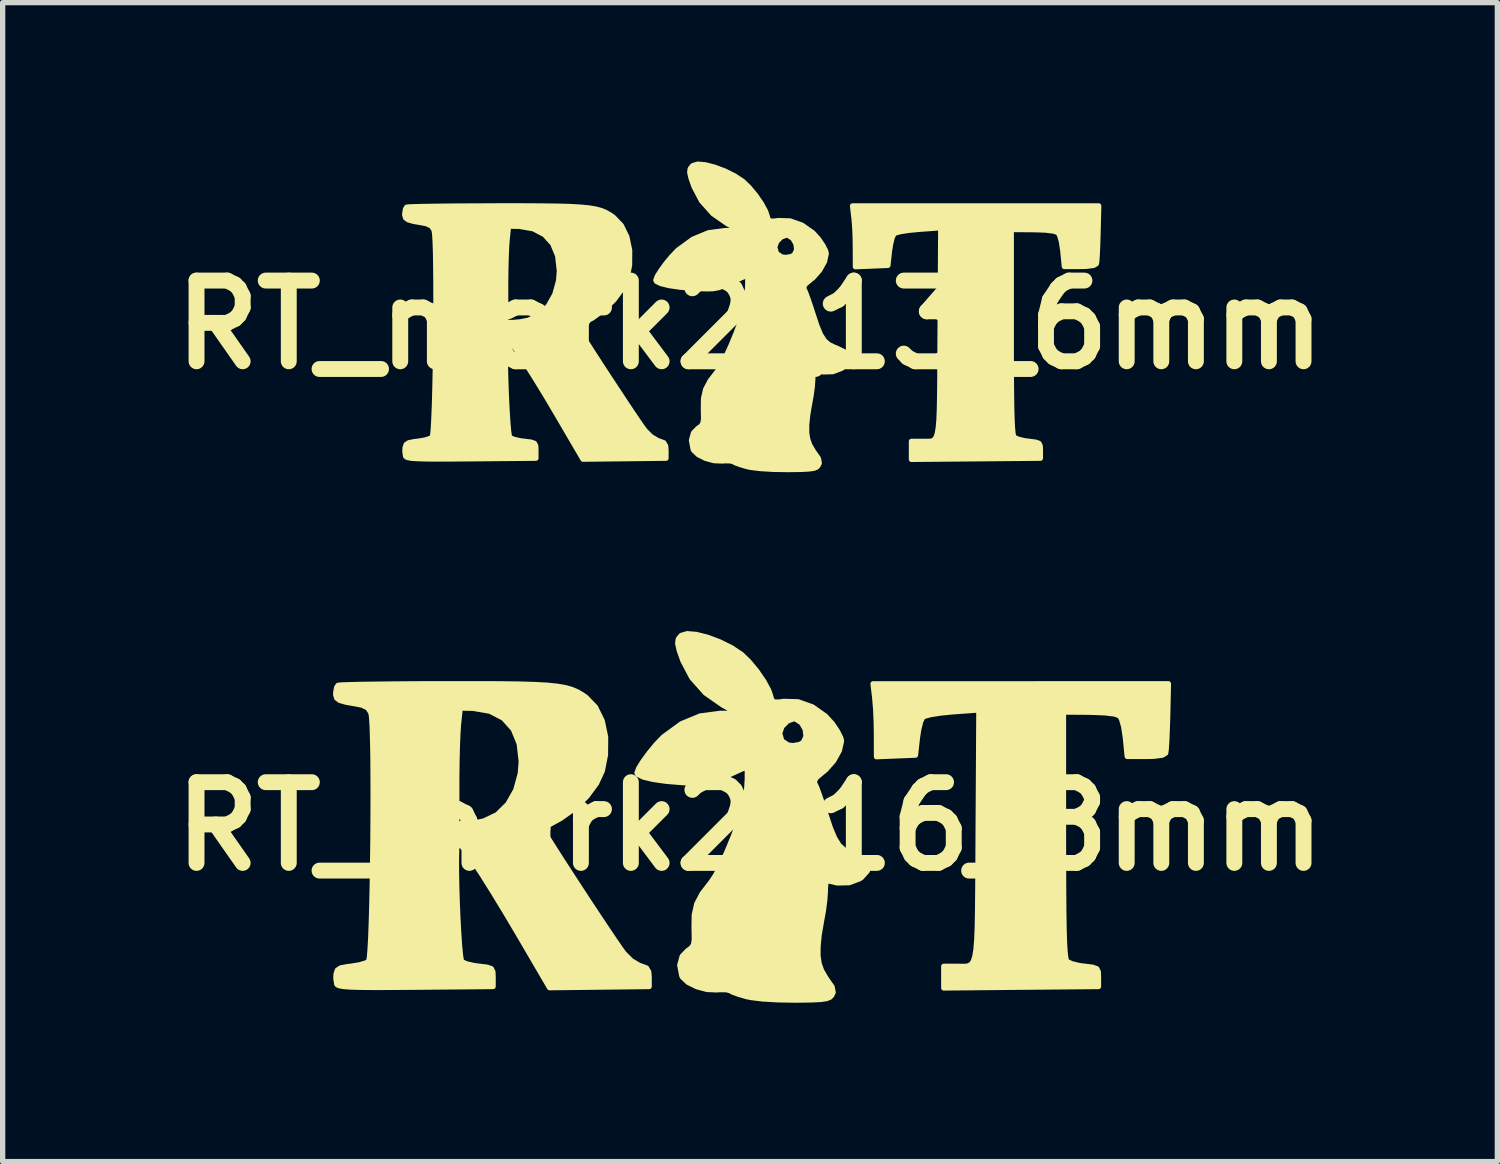
<source format=kicad_pcb>
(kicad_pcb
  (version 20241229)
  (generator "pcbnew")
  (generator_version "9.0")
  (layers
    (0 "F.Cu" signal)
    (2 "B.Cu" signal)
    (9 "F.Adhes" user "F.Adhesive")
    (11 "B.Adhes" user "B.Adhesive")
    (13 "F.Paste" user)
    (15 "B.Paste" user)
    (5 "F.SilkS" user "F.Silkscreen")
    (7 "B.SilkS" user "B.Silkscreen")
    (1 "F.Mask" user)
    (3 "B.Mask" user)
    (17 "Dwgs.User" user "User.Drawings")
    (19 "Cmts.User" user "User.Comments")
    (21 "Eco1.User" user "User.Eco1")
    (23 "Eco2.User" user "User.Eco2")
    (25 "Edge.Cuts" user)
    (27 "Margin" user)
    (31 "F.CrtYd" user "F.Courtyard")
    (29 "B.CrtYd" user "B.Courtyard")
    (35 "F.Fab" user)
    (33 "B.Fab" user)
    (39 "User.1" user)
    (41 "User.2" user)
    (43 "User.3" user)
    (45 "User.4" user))
  (footprint "RT_mark2_16_8mm"
    (layer "F.Cu")
    (at 11.111 12.553)
    (property "Reference" "RT_mark2_16_8mm" (at 0 0 0) (layer "F.SilkS") (effects (font (size 1.524 1.524) (thickness 0.3))))
    (attr through_hole)
    (fp_poly (pts (xy 7.899 -2.693) (xy 7.885 -2.07) (xy 7.877 -1.825) (xy 7.868 -1.614) (xy 7.858 -1.46) (xy 7.848 -1.385) (xy 7.848 -1.384) (xy 7.783 -1.345) (xy 7.621 -1.324) (xy 7.474 -1.321) (xy 7.122 -1.321) (xy 7.087 -1.674) (xy 7.056 -1.883) (xy 7.013 -2.032) (xy 6.976 -2.09) (xy 6.882 -2.123) (xy 6.699 -2.145) (xy 6.441 -2.155) (xy 6.41 -2.156) (xy 5.918 -2.159) (xy 5.918 0.163) (xy 5.919 0.736) (xy 5.921 1.215) (xy 5.924 1.608) (xy 5.929 1.921) (xy 5.936 2.162) (xy 5.945 2.338) (xy 5.957 2.457) (xy 5.971 2.526) (xy 5.983 2.549) (xy 6.068 2.591) (xy 6.215 2.627) (xy 6.313 2.64) (xy 6.467 2.659) (xy 6.546 2.687) (xy 6.575 2.745) (xy 6.579 2.845) (xy 6.579 3.023) (xy 5.118 3.036) (xy 3.658 3.05) (xy 3.658 2.846) (xy 3.658 2.642) (xy 3.899 2.641) (xy 3.989 2.643) (xy 4.064 2.643) (xy 4.126 2.633) (xy 4.176 2.605) (xy 4.215 2.551) (xy 4.244 2.462) (xy 4.266 2.329) (xy 4.281 2.145) (xy 4.291 1.901) (xy 4.297 1.588) (xy 4.301 1.199) (xy 4.304 0.725) (xy 4.307 0.173) (xy 4.321 -2.199) (xy 3.824 -2.163) (xy 3.592 -2.14) (xy 3.405 -2.11) (xy 3.287 -2.078) (xy 3.262 -2.063) (xy 3.222 -1.981) (xy 3.185 -1.832) (xy 3.16 -1.672) (xy 3.124 -1.346) (xy 2.756 -1.331) (xy 2.388 -1.316) (xy 2.387 -1.738) (xy 2.383 -1.978) (xy 2.372 -2.218) (xy 2.356 -2.411) (xy 2.355 -2.426) (xy 2.323 -2.692) (xy 5.111 -2.692) (xy 7.899 -2.693)) (stroke (width 0.1) (type solid)) (fill yes) (layer "F.SilkS"))
    (fp_poly (pts (xy -1.905 3.023) (xy -2.845 3.034) (xy -3.785 3.045) (xy -4.293 2.176) (xy -4.319 2.131) (xy -4.319 -1.221) (xy -4.357 -1.562) (xy -4.47 -1.837) (xy -4.655 -2.043) (xy -4.909 -2.175) (xy -5.226 -2.23) (xy -5.263 -2.231) (xy -5.472 -2.235) (xy -5.505 -1.923) (xy -5.516 -1.758) (xy -5.526 -1.52) (xy -5.533 -1.236) (xy -5.537 -0.934) (xy -5.537 -0.831) (xy -5.537 -0.051) (xy -5.372 -0.051) (xy -5.206 -0.066) (xy -5.029 -0.101) (xy -5.019 -0.104) (xy -4.774 -0.222) (xy -4.572 -0.421) (xy -4.423 -0.684) (xy -4.337 -0.996) (xy -4.319 -1.221) (xy -4.319 2.131) (xy -4.589 1.675) (xy -4.848 1.248) (xy -5.068 0.898) (xy -5.247 0.628) (xy -5.384 0.44) (xy -5.476 0.337) (xy -5.523 0.32) (xy -5.528 0.33) (xy -5.539 0.437) (xy -5.543 0.619) (xy -5.543 0.856) (xy -5.538 1.131) (xy -5.529 1.424) (xy -5.517 1.718) (xy -5.502 1.994) (xy -5.486 2.234) (xy -5.469 2.419) (xy -5.452 2.53) (xy -5.443 2.553) (xy -5.36 2.593) (xy -5.215 2.627) (xy -5.117 2.64) (xy -4.963 2.659) (xy -4.884 2.687) (xy -4.855 2.745) (xy -4.851 2.845) (xy -4.851 3.023) (xy -6.313 3.036) (xy -6.745 3.039) (xy -7.086 3.04) (xy -7.347 3.038) (xy -7.537 3.033) (xy -7.667 3.023) (xy -7.748 3.01) (xy -7.791 2.992) (xy -7.803 2.976) (xy -7.819 2.869) (xy -7.815 2.785) (xy -7.791 2.714) (xy -7.728 2.672) (xy -7.6 2.648) (xy -7.532 2.64) (xy -7.368 2.613) (xy -7.242 2.574) (xy -7.202 2.549) (xy -7.187 2.485) (xy -7.174 2.332) (xy -7.161 2.102) (xy -7.15 1.809) (xy -7.14 1.464) (xy -7.132 1.08) (xy -7.125 0.669) (xy -7.12 0.245) (xy -7.117 -0.181) (xy -7.116 -0.595) (xy -7.117 -0.986) (xy -7.12 -1.341) (xy -7.126 -1.647) (xy -7.134 -1.892) (xy -7.145 -2.063) (xy -7.158 -2.147) (xy -7.217 -2.238) (xy -7.324 -2.29) (xy -7.426 -2.31) (xy -7.626 -2.345) (xy -7.745 -2.379) (xy -7.804 -2.423) (xy -7.822 -2.487) (xy -7.823 -2.515) (xy -7.806 -2.62) (xy -7.778 -2.663) (xy -7.719 -2.67) (xy -7.569 -2.675) (xy -7.341 -2.681) (xy -7.044 -2.685) (xy -6.69 -2.689) (xy -6.29 -2.692) (xy -5.856 -2.693) (xy -5.733 -2.693) (xy -5.189 -2.693) (xy -4.737 -2.692) (xy -4.365 -2.687) (xy -4.064 -2.678) (xy -3.824 -2.665) (xy -3.634 -2.645) (xy -3.485 -2.619) (xy -3.365 -2.585) (xy -3.264 -2.542) (xy -3.173 -2.489) (xy -3.101 -2.44) (xy -2.917 -2.25) (xy -2.791 -1.992) (xy -2.727 -1.686) (xy -2.73 -1.351) (xy -2.789 -1.05) (xy -2.899 -0.812) (xy -3.081 -0.566) (xy -3.313 -0.338) (xy -3.572 -0.154) (xy -3.631 -0.121) (xy -3.777 -0.041) (xy -3.879 0.023) (xy -3.911 0.054) (xy -3.885 0.105) (xy -3.81 0.227) (xy -3.697 0.406) (xy -3.554 0.63) (xy -3.389 0.885) (xy -3.212 1.157) (xy -3.032 1.432) (xy -2.856 1.698) (xy -2.694 1.941) (xy -2.555 2.147) (xy -2.447 2.304) (xy -2.38 2.397) (xy -2.378 2.4) (xy -2.241 2.536) (xy -2.095 2.623) (xy -2.066 2.632) (xy -1.955 2.674) (xy -1.912 2.748) (xy -1.905 2.848) (xy -1.905 3.023)) (stroke (width 0.1) (type solid)) (fill yes) (layer "F.SilkS"))
    (fp_poly (pts (xy 2.224 0.722) (xy 2.215 0.84) (xy 2.106 0.962) (xy 2.067 0.989) (xy 1.873 1.062) (xy 1.648 1.067) (xy 1.537 1.041) (xy 1.466 1.027) (xy 1.433 1.059) (xy 1.423 1.161) (xy 1.422 1.226) (xy 1.411 1.389) (xy 1.383 1.605) (xy 1.342 1.826) (xy 1.342 1.829) (xy 1.304 2.053) (xy 1.283 2.276) (xy 1.283 2.448) (xy 1.283 2.448) (xy 1.305 2.594) (xy 1.351 2.723) (xy 1.436 2.869) (xy 1.549 3.03) (xy 1.569 3.133) (xy 1.544 3.188) (xy 1.508 3.225) (xy 1.444 3.251) (xy 1.334 3.267) (xy 1.162 3.275) (xy 1.058 3.277) (xy 1.058 -1.699) (xy 1.042 -1.835) (xy 0.972 -1.956) (xy 0.865 -2.026) (xy 0.822 -2.032) (xy 0.704 -1.989) (xy 0.603 -1.885) (xy 0.559 -1.761) (xy 0.559 -1.755) (xy 0.6 -1.614) (xy 0.717 -1.536) (xy 0.813 -1.524) (xy 0.937 -1.546) (xy 1.006 -1.585) (xy 1.058 -1.699) (xy 1.058 3.277) (xy 0.909 3.279) (xy 0.846 3.279) (xy 0.53 3.274) (xy 0.247 3.258) (xy 0.023 3.231) (xy -0.062 3.214) (xy -0.219 3.168) (xy -0.335 3.125) (xy -0.371 3.103) (xy -0.444 3.083) (xy -0.576 3.081) (xy -0.63 3.086) (xy -0.813 3.078) (xy -1.004 3.026) (xy -1.17 2.944) (xy -1.276 2.844) (xy -1.289 2.817) (xy -1.326 2.619) (xy -1.28 2.451) (xy -1.181 2.349) (xy -1.107 2.295) (xy -1.066 2.233) (xy -1.052 2.135) (xy -1.054 1.97) (xy -1.056 1.92) (xy -1.052 1.669) (xy -1.006 1.465) (xy -0.904 1.27) (xy -0.736 1.052) (xy -0.65 0.922) (xy -0.544 0.719) (xy -0.429 0.466) (xy -0.314 0.186) (xy -0.209 -0.096) (xy -0.126 -0.357) (xy -0.105 -0.432) (xy -0.08 -0.565) (xy -0.061 -0.729) (xy -0.051 -0.894) (xy -0.051 -1.031) (xy -0.062 -1.109) (xy -0.07 -1.118) (xy -0.123 -1.098) (xy -0.242 -1.045) (xy -0.405 -0.97) (xy -0.432 -0.958) (xy -0.591 -0.886) (xy -0.717 -0.841) (xy -0.84 -0.818) (xy -0.992 -0.814) (xy -1.204 -0.823) (xy -1.288 -0.828) (xy -1.588 -0.853) (xy -1.836 -0.889) (xy -2.016 -0.933) (xy -2.117 -0.982) (xy -2.134 -1.011) (xy -2.102 -1.096) (xy -2.019 -1.23) (xy -1.903 -1.388) (xy -1.773 -1.546) (xy -1.646 -1.678) (xy -1.629 -1.694) (xy -1.294 -1.938) (xy -0.941 -2.084) (xy -0.563 -2.134) (xy -0.559 -2.134) (xy -0.229 -2.135) (xy -0.508 -2.287) (xy -0.84 -2.518) (xy -1.099 -2.809) (xy -1.268 -3.13) (xy -1.337 -3.326) (xy -1.365 -3.453) (xy -1.355 -3.536) (xy -1.307 -3.597) (xy -1.296 -3.606) (xy -1.187 -3.638) (xy -1.016 -3.624) (xy -0.804 -3.571) (xy -0.576 -3.485) (xy -0.355 -3.376) (xy -0.164 -3.25) (xy -0.023 -3.114) (xy 0.126 -2.935) (xy 0.258 -2.743) (xy 0.352 -2.57) (xy 0.382 -2.485) (xy 0.409 -2.388) (xy 0.456 -2.347) (xy 0.553 -2.348) (xy 0.637 -2.36) (xy 0.908 -2.352) (xy 1.178 -2.256) (xy 1.422 -2.084) (xy 1.553 -1.941) (xy 1.65 -1.797) (xy 1.713 -1.671) (xy 1.727 -1.613) (xy 1.687 -1.434) (xy 1.58 -1.24) (xy 1.429 -1.069) (xy 1.367 -1.019) (xy 1.249 -0.919) (xy 1.212 -0.847) (xy 1.224 -0.809) (xy 1.259 -0.732) (xy 1.314 -0.582) (xy 1.381 -0.384) (xy 1.427 -0.243) (xy 1.518 0.033) (xy 1.6 0.227) (xy 1.683 0.359) (xy 1.781 0.446) (xy 1.907 0.508) (xy 1.953 0.524) (xy 2.136 0.614) (xy 2.224 0.722)) (stroke (width 0.1) (type solid)) (fill yes) (layer "F.SilkS")))
  (footprint "RT_mark2_13_6mm"
    (layer "F.Cu")
    (at 11.111 3.082)
    (property "Reference" "RT_mark2_13_6mm" (at 0 0 0) (layer "F.SilkS") (effects (font (size 1.524 1.524) (thickness 0.3))))
    (attr through_hole)
    (fp_poly (pts (xy 6.583 -2.244) (xy 6.57 -1.725) (xy 6.564 -1.521) (xy 6.556 -1.345) (xy 6.548 -1.217) (xy 6.54 -1.154) (xy 6.54 -1.154) (xy 6.486 -1.121) (xy 6.351 -1.104) (xy 6.229 -1.101) (xy 5.935 -1.101) (xy 5.906 -1.395) (xy 5.88 -1.57) (xy 5.844 -1.694) (xy 5.813 -1.742) (xy 5.735 -1.769) (xy 5.583 -1.788) (xy 5.367 -1.796) (xy 5.341 -1.796) (xy 4.932 -1.799) (xy 4.932 0.135) (xy 4.932 0.613) (xy 4.934 1.013) (xy 4.937 1.34) (xy 4.941 1.601) (xy 4.947 1.801) (xy 4.955 1.948) (xy 4.964 2.047) (xy 4.976 2.105) (xy 4.986 2.124) (xy 5.057 2.159) (xy 5.179 2.189) (xy 5.261 2.2) (xy 5.39 2.216) (xy 5.455 2.239) (xy 5.479 2.287) (xy 5.482 2.371) (xy 5.482 2.519) (xy 4.265 2.53) (xy 3.048 2.541) (xy 3.048 2.371) (xy 3.048 2.201) (xy 3.249 2.201) (xy 3.324 2.202) (xy 3.387 2.202) (xy 3.438 2.194) (xy 3.48 2.171) (xy 3.512 2.126) (xy 3.537 2.051) (xy 3.555 1.941) (xy 3.568 1.788) (xy 3.576 1.584) (xy 3.581 1.324) (xy 3.584 0.999) (xy 3.586 0.604) (xy 3.589 0.144) (xy 3.601 -1.832) (xy 3.187 -1.802) (xy 2.993 -1.783) (xy 2.838 -1.759) (xy 2.739 -1.731) (xy 2.718 -1.719) (xy 2.685 -1.651) (xy 2.654 -1.527) (xy 2.633 -1.394) (xy 2.603 -1.122) (xy 2.297 -1.109) (xy 1.99 -1.097) (xy 1.989 -1.448) (xy 1.986 -1.648) (xy 1.977 -1.849) (xy 1.964 -2.009) (xy 1.962 -2.021) (xy 1.936 -2.244) (xy 4.259 -2.244) (xy 6.583 -2.244)) (stroke (width 0.1) (type solid)) (fill yes) (layer "F.SilkS"))
    (fp_poly (pts (xy -1.587 2.519) (xy -2.371 2.528) (xy -3.154 2.537) (xy -3.577 1.814) (xy -3.599 1.776) (xy -3.599 -1.018) (xy -3.631 -1.302) (xy -3.725 -1.531) (xy -3.879 -1.702) (xy -4.09 -1.813) (xy -4.355 -1.859) (xy -4.386 -1.859) (xy -4.56 -1.863) (xy -4.587 -1.602) (xy -4.597 -1.465) (xy -4.605 -1.267) (xy -4.611 -1.03) (xy -4.614 -0.778) (xy -4.614 -0.692) (xy -4.614 -0.042) (xy -4.477 -0.043) (xy -4.339 -0.055) (xy -4.19 -0.084) (xy -4.182 -0.086) (xy -3.978 -0.185) (xy -3.81 -0.351) (xy -3.686 -0.57) (xy -3.614 -0.83) (xy -3.599 -1.018) (xy -3.599 1.776) (xy -3.824 1.395) (xy -4.04 1.04) (xy -4.224 0.748) (xy -4.373 0.523) (xy -4.486 0.367) (xy -4.564 0.281) (xy -4.603 0.267) (xy -4.607 0.275) (xy -4.615 0.365) (xy -4.619 0.516) (xy -4.619 0.714) (xy -4.615 0.942) (xy -4.607 1.187) (xy -4.597 1.432) (xy -4.585 1.662) (xy -4.572 1.862) (xy -4.558 2.016) (xy -4.543 2.109) (xy -4.535 2.128) (xy -4.467 2.161) (xy -4.346 2.189) (xy -4.264 2.2) (xy -4.135 2.216) (xy -4.07 2.239) (xy -4.046 2.287) (xy -4.043 2.371) (xy -4.043 2.519) (xy -5.261 2.53) (xy -5.621 2.533) (xy -5.905 2.534) (xy -6.122 2.532) (xy -6.281 2.527) (xy -6.389 2.52) (xy -6.457 2.508) (xy -6.492 2.493) (xy -6.503 2.48) (xy -6.516 2.39) (xy -6.512 2.321) (xy -6.492 2.261) (xy -6.44 2.227) (xy -6.334 2.206) (xy -6.277 2.2) (xy -6.14 2.178) (xy -6.035 2.145) (xy -6.002 2.124) (xy -5.989 2.071) (xy -5.978 1.943) (xy -5.968 1.752) (xy -5.958 1.507) (xy -5.95 1.22) (xy -5.943 0.9) (xy -5.938 0.558) (xy -5.933 0.204) (xy -5.931 -0.151) (xy -5.93 -0.496) (xy -5.931 -0.822) (xy -5.934 -1.118) (xy -5.938 -1.373) (xy -5.945 -1.576) (xy -5.954 -1.719) (xy -5.965 -1.789) (xy -6.014 -1.865) (xy -6.104 -1.908) (xy -6.189 -1.925) (xy -6.355 -1.954) (xy -6.454 -1.982) (xy -6.503 -2.019) (xy -6.519 -2.072) (xy -6.519 -2.096) (xy -6.505 -2.183) (xy -6.482 -2.22) (xy -6.433 -2.225) (xy -6.308 -2.23) (xy -6.117 -2.234) (xy -5.87 -2.238) (xy -5.575 -2.241) (xy -5.242 -2.243) (xy -4.88 -2.244) (xy -4.778 -2.245) (xy -4.325 -2.245) (xy -3.947 -2.243) (xy -3.638 -2.239) (xy -3.387 -2.232) (xy -3.187 -2.22) (xy -3.029 -2.204) (xy -2.904 -2.182) (xy -2.804 -2.154) (xy -2.72 -2.118) (xy -2.644 -2.074) (xy -2.584 -2.034) (xy -2.431 -1.875) (xy -2.326 -1.66) (xy -2.273 -1.405) (xy -2.275 -1.126) (xy -2.324 -0.875) (xy -2.416 -0.676) (xy -2.568 -0.472) (xy -2.761 -0.282) (xy -2.976 -0.128) (xy -3.026 -0.101) (xy -3.148 -0.034) (xy -3.232 0.019) (xy -3.26 0.045) (xy -3.237 0.087) (xy -3.175 0.189) (xy -3.081 0.339) (xy -2.962 0.525) (xy -2.825 0.737) (xy -2.677 0.964) (xy -2.526 1.193) (xy -2.38 1.415) (xy -2.245 1.618) (xy -2.129 1.79) (xy -2.04 1.92) (xy -1.983 1.997) (xy -1.981 2) (xy -1.867 2.113) (xy -1.745 2.185) (xy -1.722 2.193) (xy -1.629 2.228) (xy -1.593 2.29) (xy -1.587 2.373) (xy -1.587 2.519)) (stroke (width 0.1) (type solid)) (fill yes) (layer "F.SilkS"))
    (fp_poly (pts (xy 1.853 0.602) (xy 1.846 0.7) (xy 1.755 0.801) (xy 1.722 0.824) (xy 1.561 0.885) (xy 1.373 0.889) (xy 1.281 0.868) (xy 1.222 0.856) (xy 1.194 0.883) (xy 1.186 0.968) (xy 1.185 1.022) (xy 1.176 1.158) (xy 1.152 1.337) (xy 1.119 1.522) (xy 1.118 1.524) (xy 1.087 1.711) (xy 1.069 1.896) (xy 1.069 2.04) (xy 1.069 2.04) (xy 1.088 2.161) (xy 1.126 2.269) (xy 1.197 2.391) (xy 1.291 2.525) (xy 1.307 2.611) (xy 1.286 2.656) (xy 1.256 2.688) (xy 1.203 2.709) (xy 1.112 2.722) (xy 0.968 2.73) (xy 0.882 2.731) (xy 0.882 -1.416) (xy 0.868 -1.529) (xy 0.81 -1.63) (xy 0.721 -1.688) (xy 0.685 -1.693) (xy 0.586 -1.657) (xy 0.503 -1.571) (xy 0.466 -1.467) (xy 0.466 -1.462) (xy 0.5 -1.345) (xy 0.597 -1.28) (xy 0.677 -1.27) (xy 0.781 -1.288) (xy 0.838 -1.321) (xy 0.882 -1.416) (xy 0.882 2.731) (xy 0.758 2.733) (xy 0.705 2.733) (xy 0.442 2.729) (xy 0.206 2.715) (xy 0.019 2.693) (xy -0.052 2.678) (xy -0.183 2.64) (xy -0.279 2.604) (xy -0.309 2.586) (xy -0.37 2.569) (xy -0.48 2.567) (xy -0.525 2.571) (xy -0.678 2.565) (xy -0.837 2.522) (xy -0.975 2.453) (xy -1.063 2.37) (xy -1.074 2.348) (xy -1.105 2.183) (xy -1.067 2.042) (xy -0.984 1.957) (xy -0.922 1.913) (xy -0.889 1.861) (xy -0.876 1.779) (xy -0.879 1.642) (xy -0.88 1.6) (xy -0.877 1.391) (xy -0.838 1.221) (xy -0.753 1.059) (xy -0.613 0.877) (xy -0.541 0.769) (xy -0.453 0.599) (xy -0.357 0.388) (xy -0.261 0.155) (xy -0.175 -0.08) (xy -0.105 -0.298) (xy -0.087 -0.36) (xy -0.066 -0.471) (xy -0.051 -0.607) (xy -0.043 -0.745) (xy -0.042 -0.859) (xy -0.052 -0.924) (xy -0.059 -0.931) (xy -0.102 -0.915) (xy -0.202 -0.871) (xy -0.338 -0.808) (xy -0.36 -0.798) (xy -0.493 -0.738) (xy -0.598 -0.701) (xy -0.7 -0.682) (xy -0.827 -0.679) (xy -1.003 -0.686) (xy -1.073 -0.69) (xy -1.324 -0.711) (xy -1.53 -0.741) (xy -1.68 -0.778) (xy -1.764 -0.818) (xy -1.778 -0.843) (xy -1.752 -0.913) (xy -1.682 -1.025) (xy -1.586 -1.157) (xy -1.477 -1.288) (xy -1.372 -1.398) (xy -1.357 -1.412) (xy -1.078 -1.615) (xy -0.784 -1.737) (xy -0.469 -1.778) (xy -0.466 -1.778) (xy -0.191 -1.78) (xy -0.423 -1.906) (xy -0.7 -2.098) (xy -0.916 -2.341) (xy -1.057 -2.609) (xy -1.114 -2.772) (xy -1.138 -2.878) (xy -1.129 -2.946) (xy -1.089 -2.997) (xy -1.08 -3.005) (xy -0.989 -3.032) (xy -0.846 -3.02) (xy -0.67 -2.975) (xy -0.48 -2.904) (xy -0.296 -2.813) (xy -0.137 -2.708) (xy -0.019 -2.595) (xy 0.105 -2.446) (xy 0.215 -2.286) (xy 0.293 -2.142) (xy 0.318 -2.07) (xy 0.341 -1.99) (xy 0.38 -1.956) (xy 0.461 -1.957) (xy 0.531 -1.967) (xy 0.757 -1.96) (xy 0.981 -1.88) (xy 1.185 -1.737) (xy 1.294 -1.617) (xy 1.375 -1.497) (xy 1.428 -1.392) (xy 1.439 -1.344) (xy 1.406 -1.195) (xy 1.317 -1.034) (xy 1.191 -0.89) (xy 1.139 -0.849) (xy 1.041 -0.766) (xy 1.01 -0.705) (xy 1.02 -0.674) (xy 1.049 -0.61) (xy 1.095 -0.485) (xy 1.151 -0.32) (xy 1.189 -0.202) (xy 1.265 0.027) (xy 1.333 0.189) (xy 1.403 0.299) (xy 1.485 0.372) (xy 1.589 0.423) (xy 1.627 0.437) (xy 1.78 0.512) (xy 1.853 0.602)) (stroke (width 0.1) (type solid)) (fill yes) (layer "F.SilkS")))
  (gr_rect
    (start -3 -3)
    (end 25.221 18.882)
    (stroke (width 0.1) (type default))
    (fill no)
    (layer "Edge.Cuts")))
</source>
